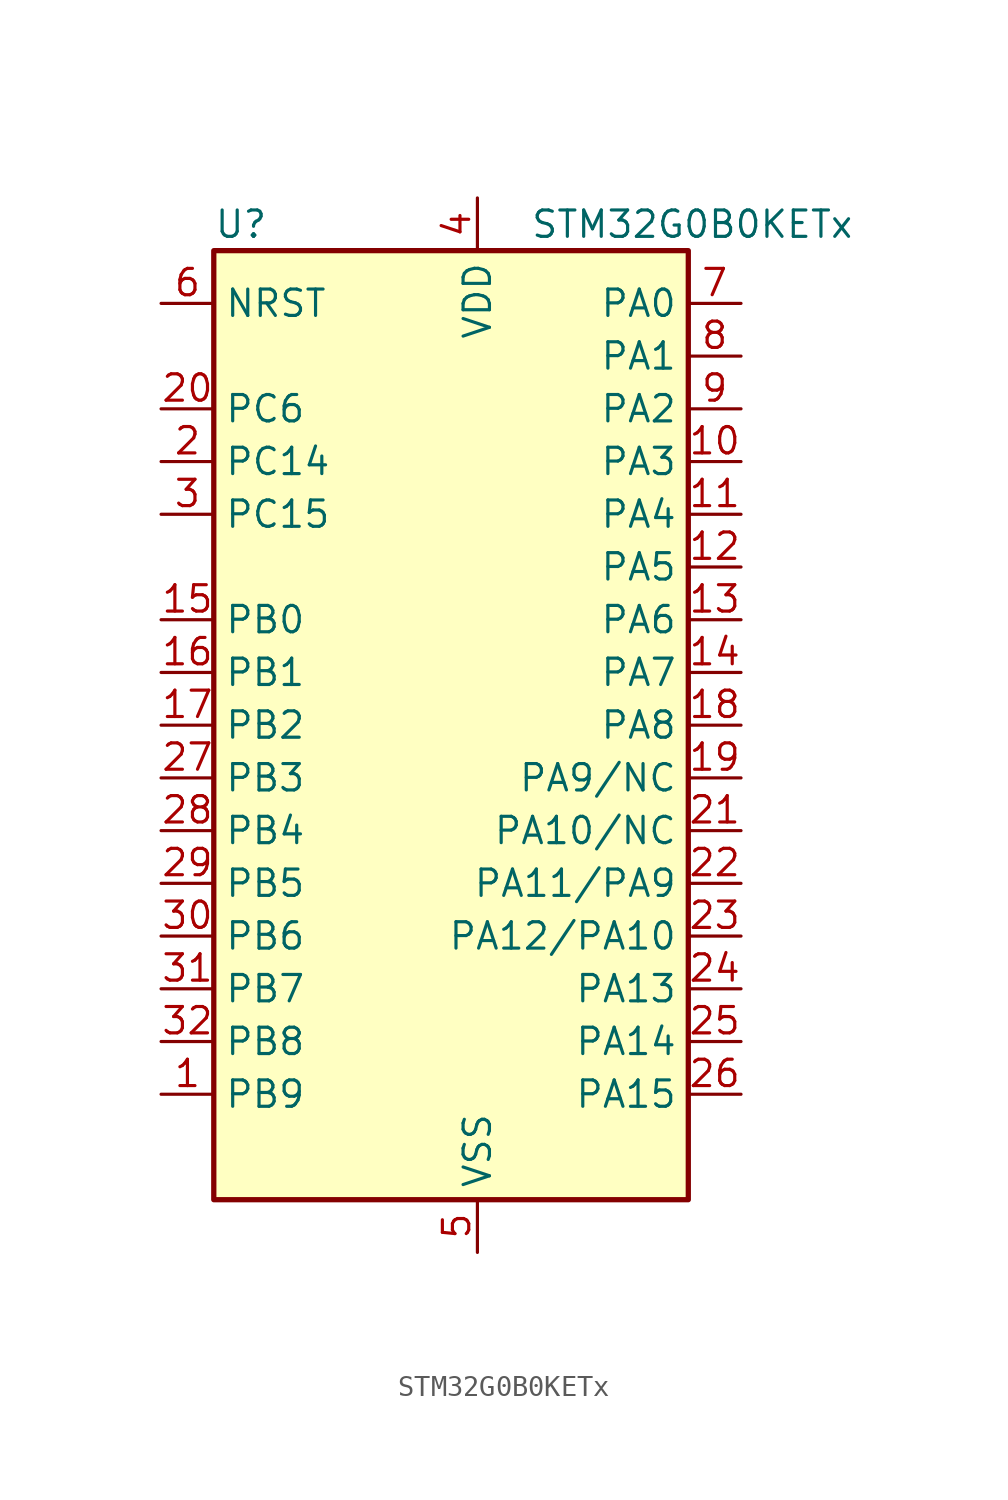
<source format=kicad_sym>
(kicad_symbol_lib
  (version 20231120)
  (generator "kicad_symbol_editor")
  (generator_version "8.0")
  (symbol "STM32G0B0KETx"
    (property "Reference" "U"
      (at -10.16 24.13 0)
      (effects (font (size 1.27 1.27)) (justify left)))
    (property "Value" "STM32G0B0KETx"
      (at 5.08 24.13 0)
      (effects (font (size 1.27 1.27)) (justify left)))
    (property "ki_locked" ""
      (at 0 0 0)
      (effects (font (size 1.27 1.27))))
    (symbol "STM32G0B0KETx_0_1"
      (rectangle (start -10.16 -22.86) (end 12.7 22.86) (stroke (width 0.254) (type default)) (fill (type background))))
    (symbol "STM32G0B0KETx_1_1"
      (pin bidirectional line (at -12.7 -17.78 0) (length 2.54) (name "PB9" (effects (font (size 1.27 1.27)))) (number "1" (effects (font (size 1.27 1.27)))) (alternate "I2C1_SDA" bidirectional line) (alternate "I2S2_WS" bidirectional line) (alternate "IR_OUT" bidirectional line) (alternate "SPI2_NSS" bidirectional line) (alternate "TIM17_CH1" bidirectional line) (alternate "TIM4_CH4" bidirectional line) (alternate "USART3_RX" bidirectional line) (alternate "USART6_RX" bidirectional line))
      (pin bidirectional line (at 15.24 12.7 180) (length 2.54) (name "PA3" (effects (font (size 1.27 1.27)))) (number "10" (effects (font (size 1.27 1.27)))) (alternate "ADC1_IN3" bidirectional line) (alternate "I2S2_MCK" bidirectional line) (alternate "SPI2_MISO" bidirectional line) (alternate "TIM15_CH2" bidirectional line) (alternate "USART2_RX" bidirectional line))
      (pin bidirectional line (at 15.24 10.16 180) (length 2.54) (name "PA4" (effects (font (size 1.27 1.27)))) (number "11" (effects (font (size 1.27 1.27)))) (alternate "ADC1_IN4" bidirectional line) (alternate "I2S1_WS" bidirectional line) (alternate "I2S2_SD" bidirectional line) (alternate "RTC_OUT1" bidirectional line) (alternate "RTC_TAMP_IN1" bidirectional line) (alternate "RTC_TS" bidirectional line) (alternate "SPI1_NSS" bidirectional line) (alternate "SPI2_MOSI" bidirectional line) (alternate "SPI3_NSS" bidirectional line) (alternate "SYS_WKUP2" bidirectional line) (alternate "TIM14_CH1" bidirectional line) (alternate "USART6_TX" bidirectional line))
      (pin bidirectional line (at 15.24 7.62 180) (length 2.54) (name "PA5" (effects (font (size 1.27 1.27)))) (number "12" (effects (font (size 1.27 1.27)))) (alternate "ADC1_IN5" bidirectional line) (alternate "I2S1_CK" bidirectional line) (alternate "SPI1_SCK" bidirectional line) (alternate "USART3_TX" bidirectional line) (alternate "USART6_RX" bidirectional line))
      (pin bidirectional line (at 15.24 5.08 180) (length 2.54) (name "PA6" (effects (font (size 1.27 1.27)))) (number "13" (effects (font (size 1.27 1.27)))) (alternate "ADC1_IN6" bidirectional line) (alternate "I2C2_SDA" bidirectional line) (alternate "I2C3_SDA" bidirectional line) (alternate "I2S1_MCK" bidirectional line) (alternate "SPI1_MISO" bidirectional line) (alternate "TIM16_CH1" bidirectional line) (alternate "TIM1_BK" bidirectional line) (alternate "TIM3_CH1" bidirectional line) (alternate "USART3_CTS" bidirectional line) (alternate "USART3_NSS" bidirectional line) (alternate "USART6_CTS" bidirectional line) (alternate "USART6_NSS" bidirectional line))
      (pin bidirectional line (at 15.24 2.54 180) (length 2.54) (name "PA7" (effects (font (size 1.27 1.27)))) (number "14" (effects (font (size 1.27 1.27)))) (alternate "ADC1_IN7" bidirectional line) (alternate "I2C2_SCL" bidirectional line) (alternate "I2C3_SCL" bidirectional line) (alternate "I2S1_SD" bidirectional line) (alternate "SPI1_MOSI" bidirectional line) (alternate "TIM14_CH1" bidirectional line) (alternate "TIM17_CH1" bidirectional line) (alternate "TIM1_CH1N" bidirectional line) (alternate "TIM3_CH2" bidirectional line) (alternate "USART6_CK" bidirectional line) (alternate "USART6_DE" bidirectional line) (alternate "USART6_RTS" bidirectional line))
      (pin bidirectional line (at -12.7 5.08 0) (length 2.54) (name "PB0" (effects (font (size 1.27 1.27)))) (number "15" (effects (font (size 1.27 1.27)))) (alternate "ADC1_IN8" bidirectional line) (alternate "I2S1_WS" bidirectional line) (alternate "SPI1_NSS" bidirectional line) (alternate "TIM1_CH2N" bidirectional line) (alternate "TIM3_CH3" bidirectional line) (alternate "USART3_RX" bidirectional line) (alternate "USART5_TX" bidirectional line))
      (pin bidirectional line (at -12.7 2.54 0) (length 2.54) (name "PB1" (effects (font (size 1.27 1.27)))) (number "16" (effects (font (size 1.27 1.27)))) (alternate "ADC1_IN9" bidirectional line) (alternate "TIM14_CH1" bidirectional line) (alternate "TIM1_CH3N" bidirectional line) (alternate "TIM3_CH4" bidirectional line) (alternate "USART3_CK" bidirectional line) (alternate "USART3_DE" bidirectional line) (alternate "USART3_RTS" bidirectional line) (alternate "USART5_RX" bidirectional line))
      (pin bidirectional line (at -12.7 0 0) (length 2.54) (name "PB2" (effects (font (size 1.27 1.27)))) (number "17" (effects (font (size 1.27 1.27)))) (alternate "ADC1_IN10" bidirectional line) (alternate "I2S2_MCK" bidirectional line) (alternate "RCC_MCO_2" bidirectional line) (alternate "SPI2_MISO" bidirectional line) (alternate "USART3_TX" bidirectional line))
      (pin bidirectional line (at 15.24 0 180) (length 2.54) (name "PA8" (effects (font (size 1.27 1.27)))) (number "18" (effects (font (size 1.27 1.27)))) (alternate "CRS1_SYNC" bidirectional line) (alternate "I2C2_SMBA" bidirectional line) (alternate "I2S2_WS" bidirectional line) (alternate "RCC_MCO" bidirectional line) (alternate "SPI2_NSS" bidirectional line) (alternate "TIM1_CH1" bidirectional line))
      (pin bidirectional line (at 15.24 -2.54 180) (length 2.54) (name "PA9/NC" (effects (font (size 1.27 1.27)))) (number "19" (effects (font (size 1.27 1.27)))) (alternate "I2C1_SCL" bidirectional line) (alternate "I2C2_SCL" bidirectional line) (alternate "I2S2_MCK" bidirectional line) (alternate "RCC_MCO" bidirectional line) (alternate "SPI2_MISO" bidirectional line) (alternate "TIM15_BK" bidirectional line) (alternate "TIM1_CH2" bidirectional line) (alternate "USART1_TX" bidirectional line))
      (pin bidirectional line (at -12.7 12.7 0) (length 2.54) (name "PC14" (effects (font (size 1.27 1.27)))) (number "2" (effects (font (size 1.27 1.27)))) (alternate "RCC_OSC32_IN" bidirectional line) (alternate "RCC_OSC_IN" bidirectional line) (alternate "TIM1_BK2" bidirectional line))
      (pin bidirectional line (at -12.7 15.24 0) (length 2.54) (name "PC6" (effects (font (size 1.27 1.27)))) (number "20" (effects (font (size 1.27 1.27)))) (alternate "TIM3_CH1" bidirectional line))
      (pin bidirectional line (at 15.24 -5.08 180) (length 2.54) (name "PA10/NC" (effects (font (size 1.27 1.27)))) (number "21" (effects (font (size 1.27 1.27)))) (alternate "I2C1_SDA" bidirectional line) (alternate "I2C2_SDA" bidirectional line) (alternate "I2S2_SD" bidirectional line) (alternate "RCC_MCO_2" bidirectional line) (alternate "SPI2_MOSI" bidirectional line) (alternate "TIM17_BK" bidirectional line) (alternate "TIM1_CH3" bidirectional line) (alternate "USART1_RX" bidirectional line))
      (pin bidirectional line (at 15.24 -7.62 180) (length 2.54) (name "PA11/PA9" (effects (font (size 1.27 1.27)))) (number "22" (effects (font (size 1.27 1.27)))) (alternate "ADC1_EXTI11" bidirectional line) (alternate "I2C2_SCL" bidirectional line) (alternate "I2S1_MCK" bidirectional line) (alternate "SPI1_MISO" bidirectional line) (alternate "TIM1_BK2" bidirectional line) (alternate "TIM1_CH4" bidirectional line) (alternate "USART1_CTS" bidirectional line) (alternate "USART1_NSS" bidirectional line))
      (pin bidirectional line (at 15.24 -10.16 180) (length 2.54) (name "PA12/PA10" (effects (font (size 1.27 1.27)))) (number "23" (effects (font (size 1.27 1.27)))) (alternate "I2C2_SDA" bidirectional line) (alternate "I2S1_SD" bidirectional line) (alternate "I2S_CKIN" bidirectional line) (alternate "SPI1_MOSI" bidirectional line) (alternate "TIM1_ETR" bidirectional line) (alternate "USART1_CK" bidirectional line) (alternate "USART1_DE" bidirectional line) (alternate "USART1_RTS" bidirectional line))
      (pin bidirectional line (at 15.24 -12.7 180) (length 2.54) (name "PA13" (effects (font (size 1.27 1.27)))) (number "24" (effects (font (size 1.27 1.27)))) (alternate "IR_OUT" bidirectional line) (alternate "SYS_SWDIO" bidirectional line))
      (pin bidirectional line (at 15.24 -15.24 180) (length 2.54) (name "PA14" (effects (font (size 1.27 1.27)))) (number "25" (effects (font (size 1.27 1.27)))) (alternate "SYS_SWCLK" bidirectional line) (alternate "USART2_TX" bidirectional line))
      (pin bidirectional line (at 15.24 -17.78 180) (length 2.54) (name "PA15" (effects (font (size 1.27 1.27)))) (number "26" (effects (font (size 1.27 1.27)))) (alternate "I2C2_SMBA" bidirectional line) (alternate "I2S1_WS" bidirectional line) (alternate "RCC_MCO_2" bidirectional line) (alternate "SPI1_NSS" bidirectional line) (alternate "SPI3_NSS" bidirectional line) (alternate "USART2_RX" bidirectional line) (alternate "USART3_CK" bidirectional line) (alternate "USART3_DE" bidirectional line) (alternate "USART3_RTS" bidirectional line) (alternate "USART4_CK" bidirectional line) (alternate "USART4_DE" bidirectional line) (alternate "USART4_RTS" bidirectional line))
      (pin bidirectional line (at -12.7 -2.54 0) (length 2.54) (name "PB3" (effects (font (size 1.27 1.27)))) (number "27" (effects (font (size 1.27 1.27)))) (alternate "I2C2_SCL" bidirectional line) (alternate "I2C3_SCL" bidirectional line) (alternate "I2S1_CK" bidirectional line) (alternate "SPI1_SCK" bidirectional line) (alternate "SPI3_SCK" bidirectional line) (alternate "TIM1_CH2" bidirectional line) (alternate "USART1_CK" bidirectional line) (alternate "USART1_DE" bidirectional line) (alternate "USART1_RTS" bidirectional line) (alternate "USART5_TX" bidirectional line))
      (pin bidirectional line (at -12.7 -5.08 0) (length 2.54) (name "PB4" (effects (font (size 1.27 1.27)))) (number "28" (effects (font (size 1.27 1.27)))) (alternate "I2C2_SDA" bidirectional line) (alternate "I2C3_SDA" bidirectional line) (alternate "I2S1_MCK" bidirectional line) (alternate "SPI1_MISO" bidirectional line) (alternate "SPI3_MISO" bidirectional line) (alternate "TIM17_BK" bidirectional line) (alternate "TIM3_CH1" bidirectional line) (alternate "USART1_CTS" bidirectional line) (alternate "USART1_NSS" bidirectional line) (alternate "USART5_RX" bidirectional line))
      (pin bidirectional line (at -12.7 -7.62 0) (length 2.54) (name "PB5" (effects (font (size 1.27 1.27)))) (number "29" (effects (font (size 1.27 1.27)))) (alternate "I2C1_SMBA" bidirectional line) (alternate "I2S1_SD" bidirectional line) (alternate "SPI1_MOSI" bidirectional line) (alternate "SPI3_MOSI" bidirectional line) (alternate "SYS_WKUP6" bidirectional line) (alternate "TIM16_BK" bidirectional line) (alternate "TIM3_CH2" bidirectional line) (alternate "USART5_CK" bidirectional line) (alternate "USART5_DE" bidirectional line) (alternate "USART5_RTS" bidirectional line))
      (pin bidirectional line (at -12.7 10.16 0) (length 2.54) (name "PC15" (effects (font (size 1.27 1.27)))) (number "3" (effects (font (size 1.27 1.27)))) (alternate "RCC_OSC32_EN" bidirectional line) (alternate "RCC_OSC32_OUT" bidirectional line) (alternate "RCC_OSC_EN" bidirectional line) (alternate "TIM15_BK" bidirectional line))
      (pin bidirectional line (at -12.7 -10.16 0) (length 2.54) (name "PB6" (effects (font (size 1.27 1.27)))) (number "30" (effects (font (size 1.27 1.27)))) (alternate "I2C1_SCL" bidirectional line) (alternate "I2S2_MCK" bidirectional line) (alternate "SPI2_MISO" bidirectional line) (alternate "TIM16_CH1N" bidirectional line) (alternate "TIM1_CH3" bidirectional line) (alternate "TIM4_CH1" bidirectional line) (alternate "USART1_TX" bidirectional line) (alternate "USART5_CTS" bidirectional line) (alternate "USART5_NSS" bidirectional line))
      (pin bidirectional line (at -12.7 -12.7 0) (length 2.54) (name "PB7" (effects (font (size 1.27 1.27)))) (number "31" (effects (font (size 1.27 1.27)))) (alternate "I2C1_SDA" bidirectional line) (alternate "I2S2_SD" bidirectional line) (alternate "SPI2_MOSI" bidirectional line) (alternate "TIM17_CH1N" bidirectional line) (alternate "TIM4_CH2" bidirectional line) (alternate "USART1_RX" bidirectional line) (alternate "USART4_CTS" bidirectional line) (alternate "USART4_NSS" bidirectional line))
      (pin bidirectional line (at -12.7 -15.24 0) (length 2.54) (name "PB8" (effects (font (size 1.27 1.27)))) (number "32" (effects (font (size 1.27 1.27)))) (alternate "I2C1_SCL" bidirectional line) (alternate "I2S2_CK" bidirectional line) (alternate "SPI2_SCK" bidirectional line) (alternate "TIM15_BK" bidirectional line) (alternate "TIM16_CH1" bidirectional line) (alternate "TIM4_CH3" bidirectional line) (alternate "USART3_TX" bidirectional line) (alternate "USART6_TX" bidirectional line))
      (pin power_in line (at 2.54 25.4 270) (length 2.54) (name "VDD" (effects (font (size 1.27 1.27)))) (number "4" (effects (font (size 1.27 1.27)))))
      (pin power_in line (at 2.54 -25.4 90) (length 2.54) (name "VSS" (effects (font (size 1.27 1.27)))) (number "5" (effects (font (size 1.27 1.27)))))
      (pin input line (at -12.7 20.32 0) (length 2.54) (name "NRST" (effects (font (size 1.27 1.27)))) (number "6" (effects (font (size 1.27 1.27)))))
      (pin bidirectional line (at 15.24 20.32 180) (length 2.54) (name "PA0" (effects (font (size 1.27 1.27)))) (number "7" (effects (font (size 1.27 1.27)))) (alternate "ADC1_IN0" bidirectional line) (alternate "I2S2_CK" bidirectional line) (alternate "RTC_TAMP_IN2" bidirectional line) (alternate "SPI2_SCK" bidirectional line) (alternate "SYS_WKUP1" bidirectional line) (alternate "USART2_CTS" bidirectional line) (alternate "USART2_NSS" bidirectional line) (alternate "USART4_TX" bidirectional line))
      (pin bidirectional line (at 15.24 17.78 180) (length 2.54) (name "PA1" (effects (font (size 1.27 1.27)))) (number "8" (effects (font (size 1.27 1.27)))) (alternate "ADC1_IN1" bidirectional line) (alternate "I2C1_SMBA" bidirectional line) (alternate "I2S1_CK" bidirectional line) (alternate "SPI1_SCK" bidirectional line) (alternate "TIM15_CH1N" bidirectional line) (alternate "USART2_CK" bidirectional line) (alternate "USART2_DE" bidirectional line) (alternate "USART2_RTS" bidirectional line) (alternate "USART4_RX" bidirectional line))
      (pin bidirectional line (at 15.24 15.24 180) (length 2.54) (name "PA2" (effects (font (size 1.27 1.27)))) (number "9" (effects (font (size 1.27 1.27)))) (alternate "ADC1_IN2" bidirectional line) (alternate "I2S1_SD" bidirectional line) (alternate "RCC_LSCO" bidirectional line) (alternate "SPI1_MOSI" bidirectional line) (alternate "SYS_WKUP4" bidirectional line) (alternate "TIM15_CH1" bidirectional line) (alternate "USART2_TX" bidirectional line)))))
</source>
